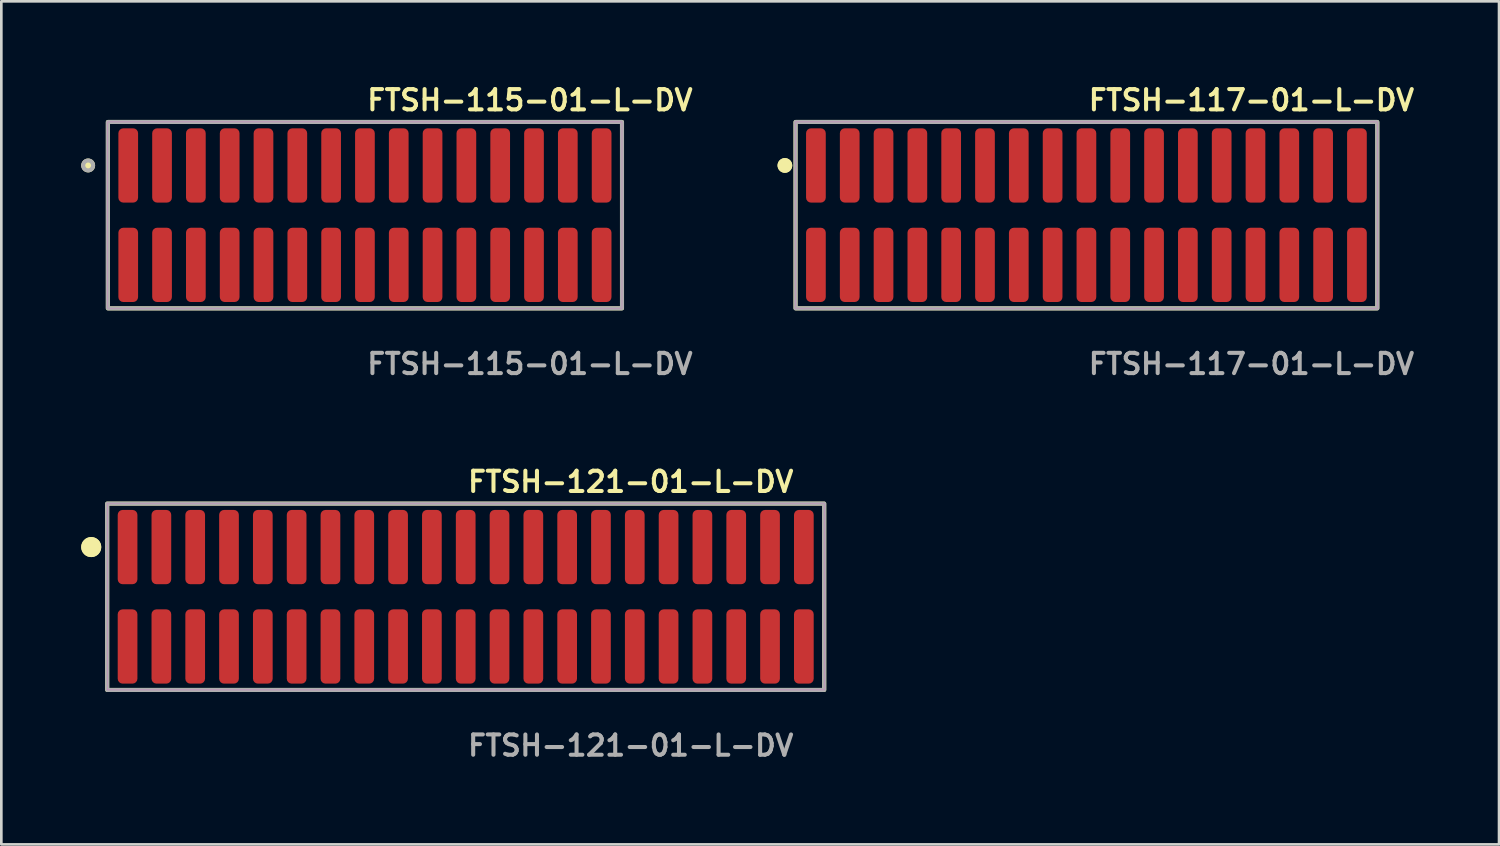
<source format=kicad_pcb>
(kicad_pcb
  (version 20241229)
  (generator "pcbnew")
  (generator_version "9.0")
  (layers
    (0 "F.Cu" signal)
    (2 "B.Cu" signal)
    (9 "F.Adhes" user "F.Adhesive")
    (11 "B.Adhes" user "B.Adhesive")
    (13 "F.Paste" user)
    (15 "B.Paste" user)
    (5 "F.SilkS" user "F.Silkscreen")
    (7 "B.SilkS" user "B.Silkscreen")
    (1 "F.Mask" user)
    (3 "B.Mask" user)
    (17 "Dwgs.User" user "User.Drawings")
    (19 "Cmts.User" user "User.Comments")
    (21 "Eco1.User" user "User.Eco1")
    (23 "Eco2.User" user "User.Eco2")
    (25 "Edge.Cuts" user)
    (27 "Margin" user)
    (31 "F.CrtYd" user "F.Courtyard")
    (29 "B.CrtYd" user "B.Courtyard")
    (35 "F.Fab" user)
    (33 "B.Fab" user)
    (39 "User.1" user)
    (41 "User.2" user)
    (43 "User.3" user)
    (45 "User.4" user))
  (footprint "FTSH-115-01-L-DV"
    (layer "F.Cu")
    (at 10.656 5.031)
    (property "Reference" "FTSH-115-01-L-DV" (at 0 -4.318 0) (unlocked yes) (layer "F.SilkS") (effects (font (size 0.762 0.762) (thickness 0.152)) (justify left)))
    (fp_rect (start -9.655 3.5) (end 9.655 -3.5) (stroke (width 0.152) (type solid)) (fill no) (layer "F.SilkS"))
    (fp_circle (center -10.395 -1.867) (end -10.58 -1.867) (stroke (width 0.152) (type solid)) (fill yes) (layer "F.SilkS"))
    (fp_rect (start -9.655 3.5) (end 9.655 -3.5) (stroke (width 0.006) (type solid)) (fill no) (layer "F.CrtYd"))
    (fp_rect (start -9.655 3.5) (end 9.655 -3.5) (stroke (width 0.152) (type solid)) (fill no) (layer "F.Fab"))
    (fp_circle (center -10.395 -1.867) (end -10.58 -1.867) (stroke (width 0.152) (type solid)) (fill no) (layer "F.Fab"))
    (fp_text user "${REFERENCE}" (at 0 5.588 0) (unlocked yes) (layer "F.Fab") (effects (font (size 0.762 0.762) (thickness 0.152)) (justify left)))
    (pad "1" smd roundrect (at -8.89 -1.867) (size 0.74 2.79) (layers "F.Cu" "F.Paste") (roundrect_rratio 0.25))
    (pad "2" smd roundrect (at -8.89 1.867) (size 0.74 2.79) (layers "F.Cu" "F.Paste") (roundrect_rratio 0.25))
    (pad "3" smd roundrect (at -7.62 -1.867) (size 0.74 2.79) (layers "F.Cu" "F.Paste") (roundrect_rratio 0.25))
    (pad "4" smd roundrect (at -7.62 1.867) (size 0.74 2.79) (layers "F.Cu" "F.Paste") (roundrect_rratio 0.25))
    (pad "5" smd roundrect (at -6.35 -1.867) (size 0.74 2.79) (layers "F.Cu" "F.Paste") (roundrect_rratio 0.25))
    (pad "6" smd roundrect (at -6.35 1.867) (size 0.74 2.79) (layers "F.Cu" "F.Paste") (roundrect_rratio 0.25))
    (pad "7" smd roundrect (at -5.08 -1.867) (size 0.74 2.79) (layers "F.Cu" "F.Paste") (roundrect_rratio 0.25))
    (pad "8" smd roundrect (at -5.08 1.867) (size 0.74 2.79) (layers "F.Cu" "F.Paste") (roundrect_rratio 0.25))
    (pad "9" smd roundrect (at -3.81 -1.867) (size 0.74 2.79) (layers "F.Cu" "F.Paste") (roundrect_rratio 0.25))
    (pad "10" smd roundrect (at -3.81 1.867) (size 0.74 2.79) (layers "F.Cu" "F.Paste") (roundrect_rratio 0.25))
    (pad "11" smd roundrect (at -2.54 -1.867) (size 0.74 2.79) (layers "F.Cu" "F.Paste") (roundrect_rratio 0.25))
    (pad "12" smd roundrect (at -2.54 1.867) (size 0.74 2.79) (layers "F.Cu" "F.Paste") (roundrect_rratio 0.25))
    (pad "13" smd roundrect (at -1.27 -1.867) (size 0.74 2.79) (layers "F.Cu" "F.Paste") (roundrect_rratio 0.25))
    (pad "14" smd roundrect (at -1.27 1.867) (size 0.74 2.79) (layers "F.Cu" "F.Paste") (roundrect_rratio 0.25))
    (pad "15" smd roundrect (at 0 -1.867) (size 0.74 2.79) (layers "F.Cu" "F.Paste") (roundrect_rratio 0.25))
    (pad "16" smd roundrect (at 0 1.867) (size 0.74 2.79) (layers "F.Cu" "F.Paste") (roundrect_rratio 0.25))
    (pad "17" smd roundrect (at 1.27 -1.867) (size 0.74 2.79) (layers "F.Cu" "F.Paste") (roundrect_rratio 0.25))
    (pad "18" smd roundrect (at 1.27 1.867) (size 0.74 2.79) (layers "F.Cu" "F.Paste") (roundrect_rratio 0.25))
    (pad "19" smd roundrect (at 2.54 -1.867) (size 0.74 2.79) (layers "F.Cu" "F.Paste") (roundrect_rratio 0.25))
    (pad "20" smd roundrect (at 2.54 1.867) (size 0.74 2.79) (layers "F.Cu" "F.Paste") (roundrect_rratio 0.25))
    (pad "21" smd roundrect (at 3.81 -1.867) (size 0.74 2.79) (layers "F.Cu" "F.Paste") (roundrect_rratio 0.25))
    (pad "22" smd roundrect (at 3.81 1.867) (size 0.74 2.79) (layers "F.Cu" "F.Paste") (roundrect_rratio 0.25))
    (pad "23" smd roundrect (at 5.08 -1.867) (size 0.74 2.79) (layers "F.Cu" "F.Paste") (roundrect_rratio 0.25))
    (pad "24" smd roundrect (at 5.08 1.867) (size 0.74 2.79) (layers "F.Cu" "F.Paste") (roundrect_rratio 0.25))
    (pad "25" smd roundrect (at 6.35 -1.867) (size 0.74 2.79) (layers "F.Cu" "F.Paste") (roundrect_rratio 0.25))
    (pad "26" smd roundrect (at 6.35 1.867) (size 0.74 2.79) (layers "F.Cu" "F.Paste") (roundrect_rratio 0.25))
    (pad "27" smd roundrect (at 7.62 -1.867) (size 0.74 2.79) (layers "F.Cu" "F.Paste") (roundrect_rratio 0.25))
    (pad "28" smd roundrect (at 7.62 1.867) (size 0.74 2.79) (layers "F.Cu" "F.Paste") (roundrect_rratio 0.25))
    (pad "29" smd roundrect (at 8.89 -1.867) (size 0.74 2.79) (layers "F.Cu" "F.Paste") (roundrect_rratio 0.25))
    (pad "30" smd roundrect (at 8.89 1.867) (size 0.74 2.79) (layers "F.Cu" "F.Paste") (roundrect_rratio 0.25)))
  (footprint "FTSH-121-01-L-DV"
    (layer "F.Cu")
    (at 14.441 19.364)
    (property "Reference" "FTSH-121-01-L-DV" (at 0 -4.318 0) (unlocked yes) (layer "F.SilkS") (effects (font (size 0.762 0.762) (thickness 0.152)) (justify left)))
    (fp_rect (start -13.465 3.5) (end 13.465 -3.5) (stroke (width 0.152) (type solid)) (fill no) (layer "F.SilkS"))
    (fp_circle (center -14.065 -1.867) (end -14.365 -1.867) (stroke (width 0.152) (type solid)) (fill yes) (layer "F.SilkS"))
    (fp_circle (center -14.065 -1.867) (end -14.365 -1.867) (stroke (width 0.152) (type solid)) (fill yes) (layer "F.SilkS"))
    (fp_rect (start -13.465 3.5) (end 13.465 -3.5) (stroke (width 0.006) (type solid)) (fill no) (layer "F.CrtYd"))
    (fp_rect (start -13.465 3.5) (end 13.465 -3.5) (stroke (width 0.152) (type solid)) (fill no) (layer "F.Fab"))
    (fp_text user "${REFERENCE}" (at 0 5.588 0) (unlocked yes) (layer "F.Fab") (effects (font (size 0.762 0.762) (thickness 0.152)) (justify left)))
    (pad "1" smd roundrect (at -12.7 -1.867) (size 0.74 2.79) (layers "F.Cu" "F.Paste") (roundrect_rratio 0.25))
    (pad "2" smd roundrect (at -12.7 1.867) (size 0.74 2.79) (layers "F.Cu" "F.Paste") (roundrect_rratio 0.25))
    (pad "3" smd roundrect (at -11.43 -1.867) (size 0.74 2.79) (layers "F.Cu" "F.Paste") (roundrect_rratio 0.25))
    (pad "4" smd roundrect (at -11.43 1.867) (size 0.74 2.79) (layers "F.Cu" "F.Paste") (roundrect_rratio 0.25))
    (pad "5" smd roundrect (at -10.16 -1.867) (size 0.74 2.79) (layers "F.Cu" "F.Paste") (roundrect_rratio 0.25))
    (pad "6" smd roundrect (at -10.16 1.867) (size 0.74 2.79) (layers "F.Cu" "F.Paste") (roundrect_rratio 0.25))
    (pad "7" smd roundrect (at -8.89 -1.867) (size 0.74 2.79) (layers "F.Cu" "F.Paste") (roundrect_rratio 0.25))
    (pad "8" smd roundrect (at -8.89 1.867) (size 0.74 2.79) (layers "F.Cu" "F.Paste") (roundrect_rratio 0.25))
    (pad "9" smd roundrect (at -7.62 -1.867) (size 0.74 2.79) (layers "F.Cu" "F.Paste") (roundrect_rratio 0.25))
    (pad "10" smd roundrect (at -7.62 1.867) (size 0.74 2.79) (layers "F.Cu" "F.Paste") (roundrect_rratio 0.25))
    (pad "11" smd roundrect (at -6.35 -1.867) (size 0.74 2.79) (layers "F.Cu" "F.Paste") (roundrect_rratio 0.25))
    (pad "12" smd roundrect (at -6.35 1.867) (size 0.74 2.79) (layers "F.Cu" "F.Paste") (roundrect_rratio 0.25))
    (pad "13" smd roundrect (at -5.08 -1.867) (size 0.74 2.79) (layers "F.Cu" "F.Paste") (roundrect_rratio 0.25))
    (pad "14" smd roundrect (at -5.08 1.867) (size 0.74 2.79) (layers "F.Cu" "F.Paste") (roundrect_rratio 0.25))
    (pad "15" smd roundrect (at -3.81 -1.867) (size 0.74 2.79) (layers "F.Cu" "F.Paste") (roundrect_rratio 0.25))
    (pad "16" smd roundrect (at -3.81 1.867) (size 0.74 2.79) (layers "F.Cu" "F.Paste") (roundrect_rratio 0.25))
    (pad "17" smd roundrect (at -2.54 -1.867) (size 0.74 2.79) (layers "F.Cu" "F.Paste") (roundrect_rratio 0.25))
    (pad "18" smd roundrect (at -2.54 1.867) (size 0.74 2.79) (layers "F.Cu" "F.Paste") (roundrect_rratio 0.25))
    (pad "19" smd roundrect (at -1.27 -1.867) (size 0.74 2.79) (layers "F.Cu" "F.Paste") (roundrect_rratio 0.25))
    (pad "20" smd roundrect (at -1.27 1.867) (size 0.74 2.79) (layers "F.Cu" "F.Paste") (roundrect_rratio 0.25))
    (pad "21" smd roundrect (at 0 -1.867) (size 0.74 2.79) (layers "F.Cu" "F.Paste") (roundrect_rratio 0.25))
    (pad "22" smd roundrect (at 0 1.867) (size 0.74 2.79) (layers "F.Cu" "F.Paste") (roundrect_rratio 0.25))
    (pad "23" smd roundrect (at 1.27 -1.867) (size 0.74 2.79) (layers "F.Cu" "F.Paste") (roundrect_rratio 0.25))
    (pad "24" smd roundrect (at 1.27 1.867) (size 0.74 2.79) (layers "F.Cu" "F.Paste") (roundrect_rratio 0.25))
    (pad "25" smd roundrect (at 2.54 -1.867) (size 0.74 2.79) (layers "F.Cu" "F.Paste") (roundrect_rratio 0.25))
    (pad "26" smd roundrect (at 2.54 1.867) (size 0.74 2.79) (layers "F.Cu" "F.Paste") (roundrect_rratio 0.25))
    (pad "27" smd roundrect (at 3.81 -1.867) (size 0.74 2.79) (layers "F.Cu" "F.Paste") (roundrect_rratio 0.25))
    (pad "28" smd roundrect (at 3.81 1.867) (size 0.74 2.79) (layers "F.Cu" "F.Paste") (roundrect_rratio 0.25))
    (pad "29" smd roundrect (at 5.08 -1.867) (size 0.74 2.79) (layers "F.Cu" "F.Paste") (roundrect_rratio 0.25))
    (pad "30" smd roundrect (at 5.08 1.867) (size 0.74 2.79) (layers "F.Cu" "F.Paste") (roundrect_rratio 0.25))
    (pad "31" smd roundrect (at 6.35 -1.867) (size 0.74 2.79) (layers "F.Cu" "F.Paste") (roundrect_rratio 0.25))
    (pad "32" smd roundrect (at 6.35 1.867) (size 0.74 2.79) (layers "F.Cu" "F.Paste") (roundrect_rratio 0.25))
    (pad "33" smd roundrect (at 7.62 -1.867) (size 0.74 2.79) (layers "F.Cu" "F.Paste") (roundrect_rratio 0.25))
    (pad "34" smd roundrect (at 7.62 1.867) (size 0.74 2.79) (layers "F.Cu" "F.Paste") (roundrect_rratio 0.25))
    (pad "35" smd roundrect (at 8.89 -1.867) (size 0.74 2.79) (layers "F.Cu" "F.Paste") (roundrect_rratio 0.25))
    (pad "36" smd roundrect (at 8.89 1.867) (size 0.74 2.79) (layers "F.Cu" "F.Paste") (roundrect_rratio 0.25))
    (pad "37" smd roundrect (at 10.16 -1.867) (size 0.74 2.79) (layers "F.Cu" "F.Paste") (roundrect_rratio 0.25))
    (pad "38" smd roundrect (at 10.16 1.867) (size 0.74 2.79) (layers "F.Cu" "F.Paste") (roundrect_rratio 0.25))
    (pad "39" smd roundrect (at 11.43 -1.867) (size 0.74 2.79) (layers "F.Cu" "F.Paste") (roundrect_rratio 0.25))
    (pad "40" smd roundrect (at 11.43 1.867) (size 0.74 2.79) (layers "F.Cu" "F.Paste") (roundrect_rratio 0.25))
    (pad "41" smd roundrect (at 12.7 -1.867) (size 0.74 2.79) (layers "F.Cu" "F.Paste") (roundrect_rratio 0.25))
    (pad "42" smd roundrect (at 12.7 1.867) (size 0.74 2.79) (layers "F.Cu" "F.Paste") (roundrect_rratio 0.25)))
  (footprint "FTSH-117-01-L-DV"
    (layer "F.Cu")
    (at 37.754 5.031)
    (property "Reference" "FTSH-117-01-L-DV" (at 0 -4.318 0) (unlocked yes) (layer "F.SilkS") (effects (font (size 0.762 0.762) (thickness 0.152)) (justify left)))
    (fp_rect (start -10.925 3.5) (end 10.925 -3.5) (stroke (width 0.152) (type solid)) (fill no) (layer "F.SilkS"))
    (fp_circle (center -11.325 -1.867) (end -11.525 -1.867) (stroke (width 0.152) (type solid)) (fill yes) (layer "F.SilkS"))
    (fp_circle (center -11.325 -1.867) (end -11.525 -1.867) (stroke (width 0.152) (type solid)) (fill yes) (layer "F.SilkS"))
    (fp_rect (start -10.925 3.5) (end 10.925 -3.5) (stroke (width 0.006) (type solid)) (fill no) (layer "F.CrtYd"))
    (fp_rect (start -10.925 3.5) (end 10.925 -3.5) (stroke (width 0.152) (type solid)) (fill no) (layer "F.Fab"))
    (fp_text user "${REFERENCE}" (at 0 5.588 0) (unlocked yes) (layer "F.Fab") (effects (font (size 0.762 0.762) (thickness 0.152)) (justify left)))
    (pad "1" smd roundrect (at -10.16 -1.867) (size 0.74 2.79) (layers "F.Cu" "F.Paste") (roundrect_rratio 0.25))
    (pad "2" smd roundrect (at -10.16 1.867) (size 0.74 2.79) (layers "F.Cu" "F.Paste") (roundrect_rratio 0.25))
    (pad "3" smd roundrect (at -8.89 -1.867) (size 0.74 2.79) (layers "F.Cu" "F.Paste") (roundrect_rratio 0.25))
    (pad "4" smd roundrect (at -8.89 1.867) (size 0.74 2.79) (layers "F.Cu" "F.Paste") (roundrect_rratio 0.25))
    (pad "5" smd roundrect (at -7.62 -1.867) (size 0.74 2.79) (layers "F.Cu" "F.Paste") (roundrect_rratio 0.25))
    (pad "6" smd roundrect (at -7.62 1.867) (size 0.74 2.79) (layers "F.Cu" "F.Paste") (roundrect_rratio 0.25))
    (pad "7" smd roundrect (at -6.35 -1.867) (size 0.74 2.79) (layers "F.Cu" "F.Paste") (roundrect_rratio 0.25))
    (pad "8" smd roundrect (at -6.35 1.867) (size 0.74 2.79) (layers "F.Cu" "F.Paste") (roundrect_rratio 0.25))
    (pad "9" smd roundrect (at -5.08 -1.867) (size 0.74 2.79) (layers "F.Cu" "F.Paste") (roundrect_rratio 0.25))
    (pad "10" smd roundrect (at -5.08 1.867) (size 0.74 2.79) (layers "F.Cu" "F.Paste") (roundrect_rratio 0.25))
    (pad "11" smd roundrect (at -3.81 -1.867) (size 0.74 2.79) (layers "F.Cu" "F.Paste") (roundrect_rratio 0.25))
    (pad "12" smd roundrect (at -3.81 1.867) (size 0.74 2.79) (layers "F.Cu" "F.Paste") (roundrect_rratio 0.25))
    (pad "13" smd roundrect (at -2.54 -1.867) (size 0.74 2.79) (layers "F.Cu" "F.Paste") (roundrect_rratio 0.25))
    (pad "14" smd roundrect (at -2.54 1.867) (size 0.74 2.79) (layers "F.Cu" "F.Paste") (roundrect_rratio 0.25))
    (pad "15" smd roundrect (at -1.27 -1.867) (size 0.74 2.79) (layers "F.Cu" "F.Paste") (roundrect_rratio 0.25))
    (pad "16" smd roundrect (at -1.27 1.867) (size 0.74 2.79) (layers "F.Cu" "F.Paste") (roundrect_rratio 0.25))
    (pad "17" smd roundrect (at 0 -1.867) (size 0.74 2.79) (layers "F.Cu" "F.Paste") (roundrect_rratio 0.25))
    (pad "18" smd roundrect (at 0 1.867) (size 0.74 2.79) (layers "F.Cu" "F.Paste") (roundrect_rratio 0.25))
    (pad "19" smd roundrect (at 1.27 -1.867) (size 0.74 2.79) (layers "F.Cu" "F.Paste") (roundrect_rratio 0.25))
    (pad "20" smd roundrect (at 1.27 1.867) (size 0.74 2.79) (layers "F.Cu" "F.Paste") (roundrect_rratio 0.25))
    (pad "21" smd roundrect (at 2.54 -1.867) (size 0.74 2.79) (layers "F.Cu" "F.Paste") (roundrect_rratio 0.25))
    (pad "22" smd roundrect (at 2.54 1.867) (size 0.74 2.79) (layers "F.Cu" "F.Paste") (roundrect_rratio 0.25))
    (pad "23" smd roundrect (at 3.81 -1.867) (size 0.74 2.79) (layers "F.Cu" "F.Paste") (roundrect_rratio 0.25))
    (pad "24" smd roundrect (at 3.81 1.867) (size 0.74 2.79) (layers "F.Cu" "F.Paste") (roundrect_rratio 0.25))
    (pad "25" smd roundrect (at 5.08 -1.867) (size 0.74 2.79) (layers "F.Cu" "F.Paste") (roundrect_rratio 0.25))
    (pad "26" smd roundrect (at 5.08 1.867) (size 0.74 2.79) (layers "F.Cu" "F.Paste") (roundrect_rratio 0.25))
    (pad "27" smd roundrect (at 6.35 -1.867) (size 0.74 2.79) (layers "F.Cu" "F.Paste") (roundrect_rratio 0.25))
    (pad "28" smd roundrect (at 6.35 1.867) (size 0.74 2.79) (layers "F.Cu" "F.Paste") (roundrect_rratio 0.25))
    (pad "29" smd roundrect (at 7.62 -1.867) (size 0.74 2.79) (layers "F.Cu" "F.Paste") (roundrect_rratio 0.25))
    (pad "30" smd roundrect (at 7.62 1.867) (size 0.74 2.79) (layers "F.Cu" "F.Paste") (roundrect_rratio 0.25))
    (pad "31" smd roundrect (at 8.89 -1.867) (size 0.74 2.79) (layers "F.Cu" "F.Paste") (roundrect_rratio 0.25))
    (pad "32" smd roundrect (at 8.89 1.867) (size 0.74 2.79) (layers "F.Cu" "F.Paste") (roundrect_rratio 0.25))
    (pad "33" smd roundrect (at 10.16 -1.867) (size 0.74 2.79) (layers "F.Cu" "F.Paste") (roundrect_rratio 0.25))
    (pad "34" smd roundrect (at 10.16 1.867) (size 0.74 2.79) (layers "F.Cu" "F.Paste") (roundrect_rratio 0.25)))
  (gr_rect
    (start -3 -3)
    (end 53.251 28.665)
    (stroke (width 0.1) (type default))
    (fill no)
    (layer "Edge.Cuts")))
</source>
